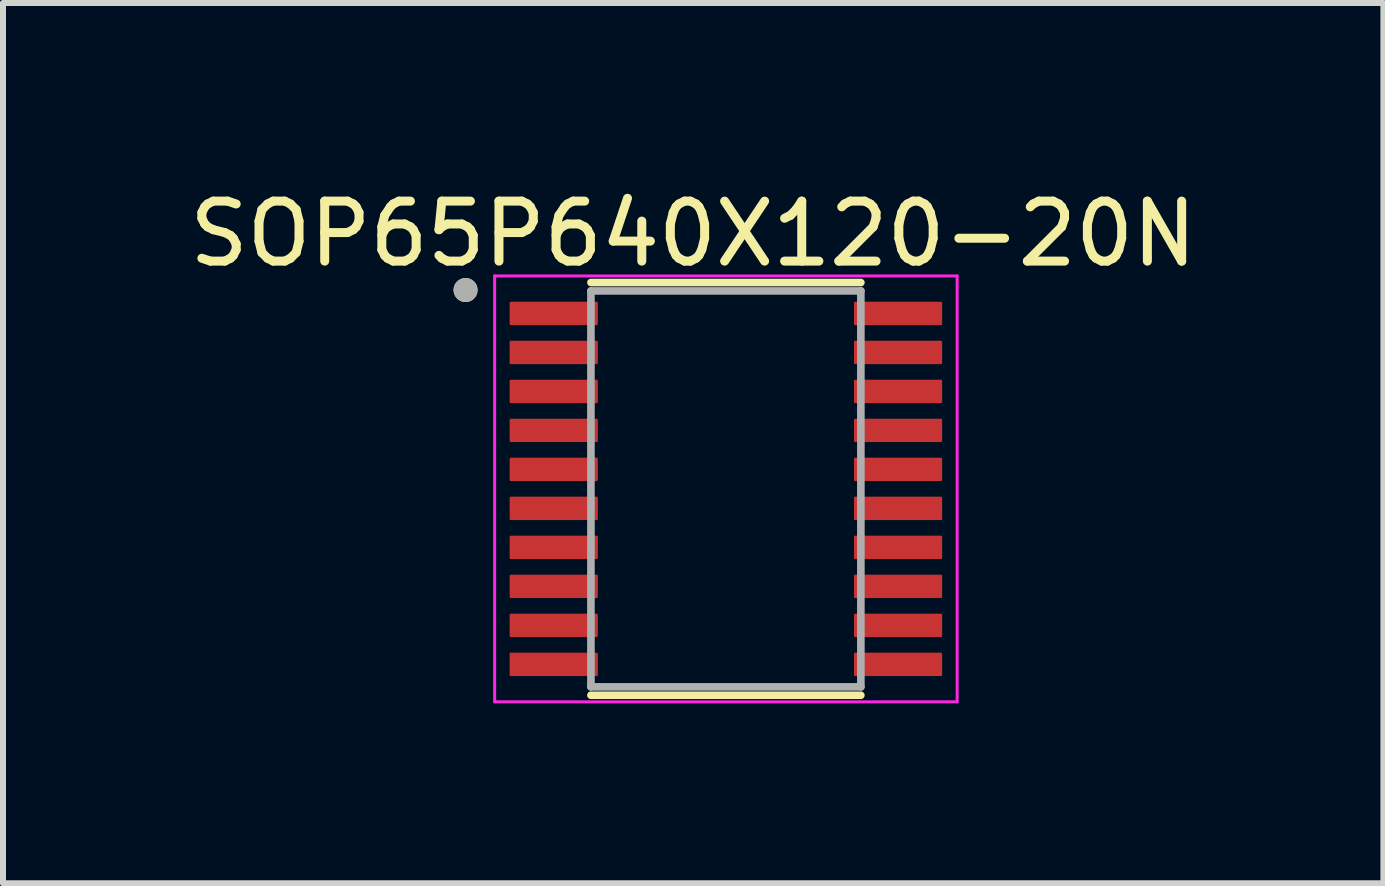
<source format=kicad_pcb>
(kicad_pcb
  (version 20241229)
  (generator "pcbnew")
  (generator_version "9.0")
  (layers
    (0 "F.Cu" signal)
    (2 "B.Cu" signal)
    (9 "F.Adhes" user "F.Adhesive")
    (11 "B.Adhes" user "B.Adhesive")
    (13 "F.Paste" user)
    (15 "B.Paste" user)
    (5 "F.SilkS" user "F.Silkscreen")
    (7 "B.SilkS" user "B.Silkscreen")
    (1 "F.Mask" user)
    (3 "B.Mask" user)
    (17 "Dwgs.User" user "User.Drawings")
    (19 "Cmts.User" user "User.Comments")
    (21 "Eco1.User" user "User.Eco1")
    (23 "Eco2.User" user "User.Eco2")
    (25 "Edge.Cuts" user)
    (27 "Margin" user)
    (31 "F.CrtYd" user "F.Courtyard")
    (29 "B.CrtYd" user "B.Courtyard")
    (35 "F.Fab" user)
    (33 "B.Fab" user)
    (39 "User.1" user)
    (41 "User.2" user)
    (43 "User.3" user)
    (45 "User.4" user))
  (footprint "SOP65P640X120-20N"
    (layer "F.Cu")
    (at 9.051 5.1)
    (property "Reference" "SOP65P640X120-20N" (at -0.545 -4.252 0) (layer "F.SilkS") (effects (font (size 1 1) (thickness 0.15))))
    (attr through_hole)
    (fp_line (start -2.25 -3.44) (end 2.25 -3.44) (stroke (width 0.127) (type solid)) (layer "F.SilkS"))
    (fp_line (start -2.25 3.44) (end 2.25 3.44) (stroke (width 0.127) (type solid)) (layer "F.SilkS"))
    (fp_circle (center -4.34 -3.315) (end -4.24 -3.315) (stroke (width 0.2) (type solid)) (fill no) (layer "F.SilkS"))
    (fp_line (start -3.855 -3.55) (end -3.855 3.55) (stroke (width 0.05) (type solid)) (layer "F.CrtYd"))
    (fp_line (start -3.855 -3.55) (end 3.855 -3.55) (stroke (width 0.05) (type solid)) (layer "F.CrtYd"))
    (fp_line (start -3.855 3.55) (end 3.855 3.55) (stroke (width 0.05) (type solid)) (layer "F.CrtYd"))
    (fp_line (start 3.855 -3.55) (end 3.855 3.55) (stroke (width 0.05) (type solid)) (layer "F.CrtYd"))
    (fp_line (start -2.25 -3.3) (end -2.25 3.3) (stroke (width 0.127) (type solid)) (layer "F.Fab"))
    (fp_line (start -2.25 -3.3) (end 2.25 -3.3) (stroke (width 0.127) (type solid)) (layer "F.Fab"))
    (fp_line (start -2.25 3.3) (end 2.25 3.3) (stroke (width 0.127) (type solid)) (layer "F.Fab"))
    (fp_line (start 2.25 -3.3) (end 2.25 3.3) (stroke (width 0.127) (type solid)) (layer "F.Fab"))
    (fp_circle (center -4.34 -3.315) (end -4.24 -3.315) (stroke (width 0.2) (type solid)) (fill no) (layer "F.Fab"))
    (pad "1" smd roundrect (at -2.87 -2.925) (size 1.47 0.39) (layers "F.Cu" "F.Mask" "F.Paste") (roundrect_rratio 0.05))
    (pad "2" smd roundrect (at -2.87 -2.275) (size 1.47 0.39) (layers "F.Cu" "F.Mask" "F.Paste") (roundrect_rratio 0.05))
    (pad "3" smd roundrect (at -2.87 -1.625) (size 1.47 0.39) (layers "F.Cu" "F.Mask" "F.Paste") (roundrect_rratio 0.05))
    (pad "4" smd roundrect (at -2.87 -0.975) (size 1.47 0.39) (layers "F.Cu" "F.Mask" "F.Paste") (roundrect_rratio 0.05))
    (pad "5" smd roundrect (at -2.87 -0.325) (size 1.47 0.39) (layers "F.Cu" "F.Mask" "F.Paste") (roundrect_rratio 0.05))
    (pad "6" smd roundrect (at -2.87 0.325) (size 1.47 0.39) (layers "F.Cu" "F.Mask" "F.Paste") (roundrect_rratio 0.05))
    (pad "7" smd roundrect (at -2.87 0.975) (size 1.47 0.39) (layers "F.Cu" "F.Mask" "F.Paste") (roundrect_rratio 0.05))
    (pad "8" smd roundrect (at -2.87 1.625) (size 1.47 0.39) (layers "F.Cu" "F.Mask" "F.Paste") (roundrect_rratio 0.05))
    (pad "9" smd roundrect (at -2.87 2.275) (size 1.47 0.39) (layers "F.Cu" "F.Mask" "F.Paste") (roundrect_rratio 0.05))
    (pad "10" smd roundrect (at -2.87 2.925) (size 1.47 0.39) (layers "F.Cu" "F.Mask" "F.Paste") (roundrect_rratio 0.05))
    (pad "11" smd roundrect (at 2.87 2.925) (size 1.47 0.39) (layers "F.Cu" "F.Mask" "F.Paste") (roundrect_rratio 0.05))
    (pad "12" smd roundrect (at 2.87 2.275) (size 1.47 0.39) (layers "F.Cu" "F.Mask" "F.Paste") (roundrect_rratio 0.05))
    (pad "13" smd roundrect (at 2.87 1.625) (size 1.47 0.39) (layers "F.Cu" "F.Mask" "F.Paste") (roundrect_rratio 0.05))
    (pad "14" smd roundrect (at 2.87 0.975) (size 1.47 0.39) (layers "F.Cu" "F.Mask" "F.Paste") (roundrect_rratio 0.05))
    (pad "15" smd roundrect (at 2.87 0.325) (size 1.47 0.39) (layers "F.Cu" "F.Mask" "F.Paste") (roundrect_rratio 0.05))
    (pad "16" smd roundrect (at 2.87 -0.325) (size 1.47 0.39) (layers "F.Cu" "F.Mask" "F.Paste") (roundrect_rratio 0.05))
    (pad "17" smd roundrect (at 2.87 -0.975) (size 1.47 0.39) (layers "F.Cu" "F.Mask" "F.Paste") (roundrect_rratio 0.05))
    (pad "18" smd roundrect (at 2.87 -1.625) (size 1.47 0.39) (layers "F.Cu" "F.Mask" "F.Paste") (roundrect_rratio 0.05))
    (pad "19" smd roundrect (at 2.87 -2.275) (size 1.47 0.39) (layers "F.Cu" "F.Mask" "F.Paste") (roundrect_rratio 0.05))
    (pad "20" smd roundrect (at 2.87 -2.925) (size 1.47 0.39) (layers "F.Cu" "F.Mask" "F.Paste") (roundrect_rratio 0.05)))
  (gr_rect
    (start -3 -3)
    (end 20.012 11.675)
    (stroke (width 0.1) (type default))
    (fill no)
    (layer "Edge.Cuts")))
</source>
